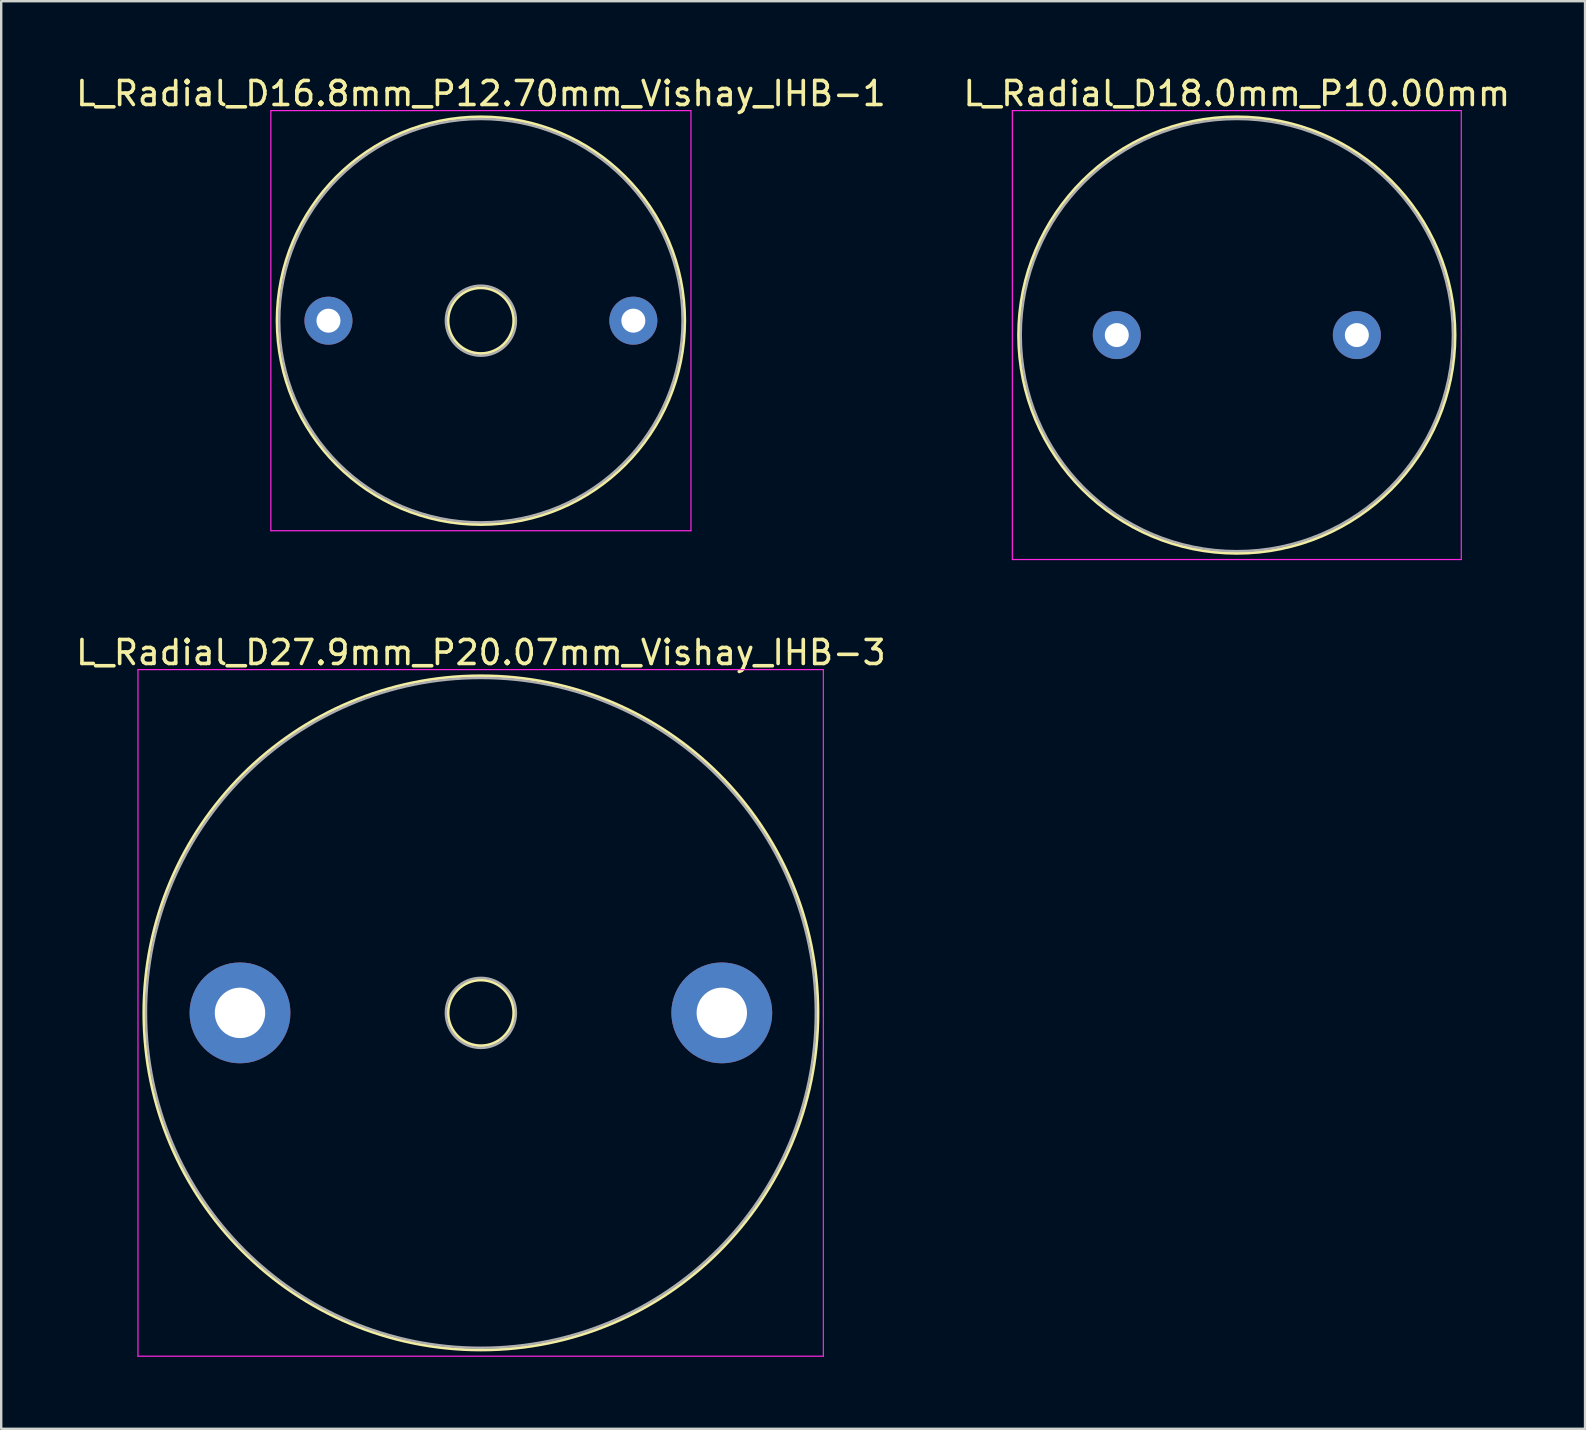
<source format=kicad_pcb>
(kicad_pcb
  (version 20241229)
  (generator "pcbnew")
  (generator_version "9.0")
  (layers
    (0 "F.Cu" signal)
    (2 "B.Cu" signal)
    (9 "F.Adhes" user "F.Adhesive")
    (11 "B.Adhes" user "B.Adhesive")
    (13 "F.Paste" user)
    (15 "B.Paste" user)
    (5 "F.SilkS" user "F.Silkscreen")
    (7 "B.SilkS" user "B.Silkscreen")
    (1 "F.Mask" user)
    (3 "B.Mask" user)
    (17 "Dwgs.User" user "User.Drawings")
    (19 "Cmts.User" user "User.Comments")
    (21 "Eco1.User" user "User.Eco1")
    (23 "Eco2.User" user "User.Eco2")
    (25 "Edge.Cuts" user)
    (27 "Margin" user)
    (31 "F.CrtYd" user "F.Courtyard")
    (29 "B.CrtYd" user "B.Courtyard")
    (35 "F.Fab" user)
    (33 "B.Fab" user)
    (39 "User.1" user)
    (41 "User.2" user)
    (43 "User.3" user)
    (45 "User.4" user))
  (footprint "L_Radial_D18.0mm_P10.00mm"
    (layer "F.Cu")
    (at 43.47 10.908)
    (property "Reference" "L_Radial_D18.0mm_P10.00mm" (at 5 -10.06 0) (layer "F.SilkS") (effects (font (size 1 1) (thickness 0.15))))
    (attr through_hole)
    (fp_circle (center 5 0) (end 14.09 0) (stroke (width 0.12) (type solid)) (fill no) (layer "F.SilkS"))
    (fp_line (start -4.35 -9.35) (end -4.35 9.35) (stroke (width 0.05) (type solid)) (layer "F.CrtYd"))
    (fp_line (start -4.35 9.35) (end 14.35 9.35) (stroke (width 0.05) (type solid)) (layer "F.CrtYd"))
    (fp_line (start 14.35 -9.35) (end -4.35 -9.35) (stroke (width 0.05) (type solid)) (layer "F.CrtYd"))
    (fp_line (start 14.35 9.35) (end 14.35 -9.35) (stroke (width 0.05) (type solid)) (layer "F.CrtYd"))
    (fp_circle (center 5 0) (end 14 0) (stroke (width 0.1) (type solid)) (fill no) (layer "F.Fab"))
    (pad "1" thru_hole circle (at 0 0) (size 2 2) (drill 1) (layers "*.Cu" "*.Mask"))
    (pad "2" thru_hole circle (at 10 0) (size 2 2) (drill 1) (layers "*.Cu" "*.Mask")))
  (footprint "L_Radial_D16.8mm_P12.70mm_Vishay_IHB-1"
    (layer "F.Cu")
    (at 10.632 10.308)
    (property "Reference" "L_Radial_D16.8mm_P12.70mm_Vishay_IHB-1" (at 6.35 -9.46 0) (layer "F.SilkS") (effects (font (size 1 1) (thickness 0.15))))
    (attr through_hole)
    (fp_circle (center 6.35 0) (end 7.72 0) (stroke (width 0.12) (type solid)) (fill no) (layer "F.SilkS"))
    (fp_circle (center 6.35 0) (end 14.84 0) (stroke (width 0.12) (type solid)) (fill no) (layer "F.SilkS"))
    (fp_line (start -2.4 -8.75) (end -2.4 8.75) (stroke (width 0.05) (type solid)) (layer "F.CrtYd"))
    (fp_line (start -2.4 8.75) (end 15.1 8.75) (stroke (width 0.05) (type solid)) (layer "F.CrtYd"))
    (fp_line (start 15.1 -8.75) (end -2.4 -8.75) (stroke (width 0.05) (type solid)) (layer "F.CrtYd"))
    (fp_line (start 15.1 8.75) (end 15.1 -8.75) (stroke (width 0.05) (type solid)) (layer "F.CrtYd"))
    (fp_circle (center 6.35 0) (end 7.81 0) (stroke (width 0.1) (type solid)) (fill no) (layer "F.Fab"))
    (fp_circle (center 6.35 0) (end 14.75 0) (stroke (width 0.1) (type solid)) (fill no) (layer "F.Fab"))
    (pad "1" thru_hole circle (at 0 0) (size 2 2) (drill 1) (layers "*.Cu" "*.Mask"))
    (pad "2" thru_hole circle (at 12.7 0) (size 2 2) (drill 1) (layers "*.Cu" "*.Mask")))
  (footprint "L_Radial_D27.9mm_P20.07mm_Vishay_IHB-3"
    (layer "F.Cu")
    (at 6.947 39.142)
    (property "Reference" "L_Radial_D27.9mm_P20.07mm_Vishay_IHB-3" (at 10.035 -15.01 0) (layer "F.SilkS") (effects (font (size 1 1) (thickness 0.15))))
    (attr through_hole)
    (fp_circle (center 10.035 0) (end 11.405 0) (stroke (width 0.12) (type solid)) (fill no) (layer "F.SilkS"))
    (fp_circle (center 10.035 0) (end 24.075 0) (stroke (width 0.12) (type solid)) (fill no) (layer "F.SilkS"))
    (fp_line (start -4.25 -14.3) (end -4.25 14.3) (stroke (width 0.05) (type solid)) (layer "F.CrtYd"))
    (fp_line (start -4.25 14.3) (end 24.3 14.3) (stroke (width 0.05) (type solid)) (layer "F.CrtYd"))
    (fp_line (start 24.3 -14.3) (end -4.25 -14.3) (stroke (width 0.05) (type solid)) (layer "F.CrtYd"))
    (fp_line (start 24.3 14.3) (end 24.3 -14.3) (stroke (width 0.05) (type solid)) (layer "F.CrtYd"))
    (fp_circle (center 10.035 0) (end 11.495 0) (stroke (width 0.1) (type solid)) (fill no) (layer "F.Fab"))
    (fp_circle (center 10.035 0) (end 23.985 0) (stroke (width 0.1) (type solid)) (fill no) (layer "F.Fab"))
    (pad "1" thru_hole circle (at 0 0) (size 4.2 4.2) (drill 2.1) (layers "*.Cu" "*.Mask"))
    (pad "2" thru_hole circle (at 20.07 0) (size 4.2 4.2) (drill 2.1) (layers "*.Cu" "*.Mask")))
  (gr_rect
    (start -3 -3)
    (end 62.976 56.467)
    (stroke (width 0.1) (type default))
    (fill no)
    (layer "Edge.Cuts")))
</source>
